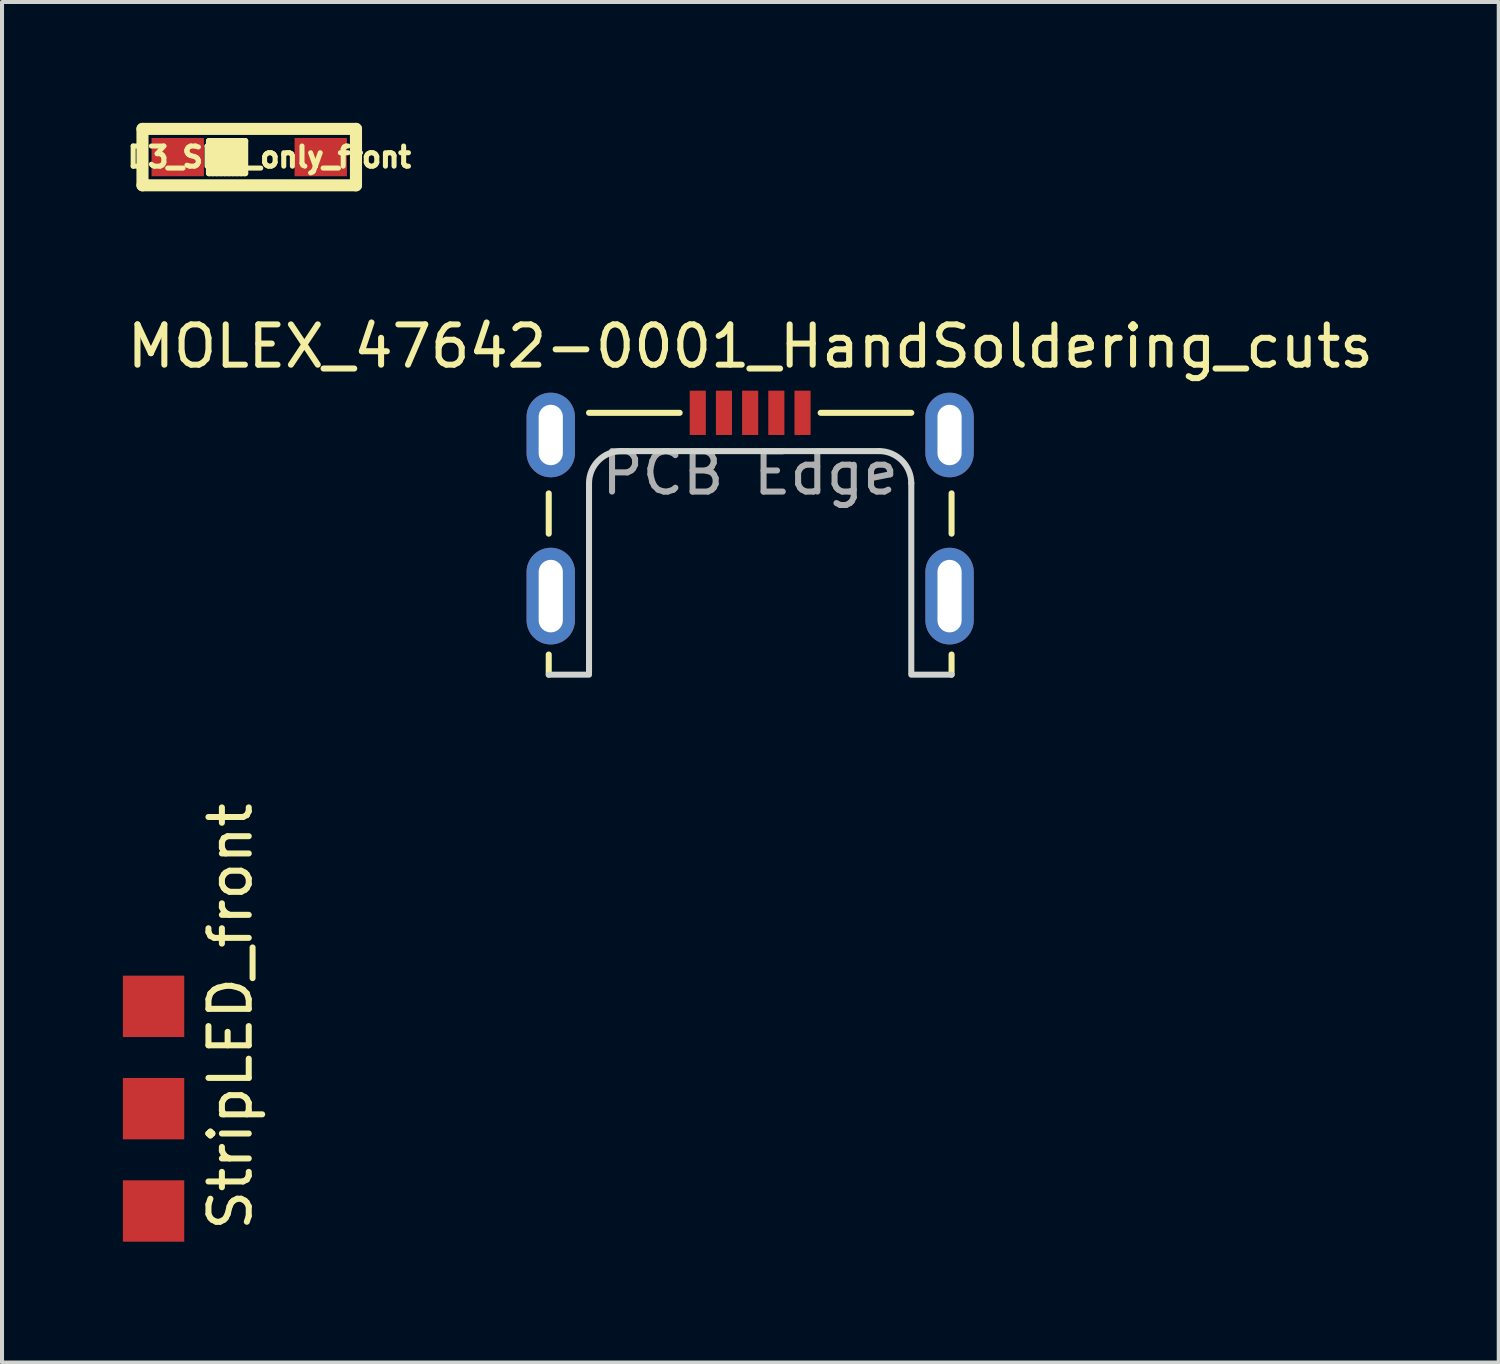
<source format=kicad_pcb>
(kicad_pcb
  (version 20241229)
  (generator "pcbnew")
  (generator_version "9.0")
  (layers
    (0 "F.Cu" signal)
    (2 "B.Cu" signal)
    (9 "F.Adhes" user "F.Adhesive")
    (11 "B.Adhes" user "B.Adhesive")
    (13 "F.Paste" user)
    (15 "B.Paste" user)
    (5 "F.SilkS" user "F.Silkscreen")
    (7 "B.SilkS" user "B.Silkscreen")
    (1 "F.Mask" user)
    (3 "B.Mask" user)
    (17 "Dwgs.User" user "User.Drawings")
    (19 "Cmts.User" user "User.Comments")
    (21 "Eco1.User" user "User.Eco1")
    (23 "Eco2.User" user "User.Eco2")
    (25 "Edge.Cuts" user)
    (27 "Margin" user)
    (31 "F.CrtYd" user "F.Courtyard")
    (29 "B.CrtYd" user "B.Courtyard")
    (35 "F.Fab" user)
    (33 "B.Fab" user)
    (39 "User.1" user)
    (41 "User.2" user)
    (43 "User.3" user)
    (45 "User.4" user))
  (footprint "D3_SMD_only_front"
    (layer "F.Cu")
    (at 3.137 0.85)
    (property "Reference" "D3_SMD_only_front" (at 0.5 0 0) (layer "F.SilkS") (effects (font (size 0.5 0.5) (thickness 0.125))))
    (attr through_hole)
    (fp_line (start -2.65 -0.7) (end -2.65 0.7) (stroke (width 0.3) (type solid)) (layer "F.SilkS"))
    (fp_line (start -1 -0.4) (end -1 0.4) (stroke (width 0.15) (type solid)) (layer "F.SilkS"))
    (fp_line (start -1 -0.4) (end -0.1 -0.4) (stroke (width 0.15) (type solid)) (layer "F.SilkS"))
    (fp_line (start -1 0.4) (end -0.1 0.4) (stroke (width 0.15) (type solid)) (layer "F.SilkS"))
    (fp_line (start -0.9 -0.4) (end -0.9 0.4) (stroke (width 0.15) (type solid)) (layer "F.SilkS"))
    (fp_line (start -0.8 -0.4) (end -0.8 0.4) (stroke (width 0.15) (type solid)) (layer "F.SilkS"))
    (fp_line (start -0.7 -0.4) (end -0.7 0.4) (stroke (width 0.15) (type solid)) (layer "F.SilkS"))
    (fp_line (start -0.6 -0.4) (end -0.6 0.4) (stroke (width 0.15) (type solid)) (layer "F.SilkS"))
    (fp_line (start -0.5 -0.3) (end -0.5 0.4) (stroke (width 0.15) (type solid)) (layer "F.SilkS"))
    (fp_line (start -0.4 -0.4) (end -0.4 0.4) (stroke (width 0.15) (type solid)) (layer "F.SilkS"))
    (fp_line (start -0.3 -0.4) (end -0.3 0.4) (stroke (width 0.15) (type solid)) (layer "F.SilkS"))
    (fp_line (start -0.2 -0.4) (end -0.2 0.4) (stroke (width 0.15) (type solid)) (layer "F.SilkS"))
    (fp_line (start -0.1 -0.4) (end -0.1 0.4) (stroke (width 0.15) (type solid)) (layer "F.SilkS"))
    (fp_line (start 2.65 -0.7) (end -2.65 -0.7) (stroke (width 0.3) (type solid)) (layer "F.SilkS"))
    (fp_line (start 2.65 -0.7) (end 2.65 0.7) (stroke (width 0.3) (type solid)) (layer "F.SilkS"))
    (fp_line (start 2.65 0.7) (end -2.65 0.7) (stroke (width 0.3) (type solid)) (layer "F.SilkS"))
    (pad "1" smd rect (at -1.775 0) (size 1.3 0.95) (layers "F.Cu" "F.Mask" "F.Paste"))
    (pad "2" smd rect (at 1.775 0) (size 1.3 0.95) (layers "F.Cu" "F.Mask" "F.Paste")))
  (footprint "StripLED_front"
    (layer "F.Cu")
    (at 0.762 21.932)
    (property "Reference" "StripLED_front" (at 1.908 0.252 90) (layer "F.SilkS") (effects (font (size 1 1) (thickness 0.15))))
    (attr through_hole)
    (pad "1" smd rect (at 0 0) (size 1.524 1.524) (layers "F.Cu" "F.Mask" "F.Paste"))
    (pad "2" smd rect (at 0 2.54) (size 1.524 1.524) (layers "F.Cu" "F.Mask" "F.Paste"))
    (pad "3" smd rect (at 0 5.08) (size 1.524 1.524) (layers "F.Cu" "F.Mask" "F.Paste")))
  (footprint "MOLEX_47642-0001_HandSoldering_cuts"
    (layer "F.Cu")
    (at 15.572 9.948)
    (property "Reference" "MOLEX_47642-0001_HandSoldering_cuts" (at 0.005 -4.4 0) (layer "F.SilkS") (effects (font (size 1 1) (thickness 0.15))))
    (attr through_hole)
    (fp_line (start -5 -0.75) (end -5 0.25) (stroke (width 0.15) (type solid)) (layer "F.SilkS"))
    (fp_line (start -5 3.25) (end -5 3.75) (stroke (width 0.15) (type solid)) (layer "F.SilkS"))
    (fp_line (start -4 -2.75) (end -1.75 -2.75) (stroke (width 0.15) (type solid)) (layer "F.SilkS"))
    (fp_line (start 1.75 -2.75) (end 4 -2.75) (stroke (width 0.15) (type solid)) (layer "F.SilkS"))
    (fp_line (start 5 -0.75) (end 5 0.25) (stroke (width 0.15) (type solid)) (layer "F.SilkS"))
    (fp_line (start 5 3.25) (end 5 3.75) (stroke (width 0.15) (type solid)) (layer "F.SilkS"))
    (fp_line (start -4 -1) (end -4 3.7) (stroke (width 0.15) (type solid)) (layer "Edge.Cuts"))
    (fp_line (start -4 3.75) (end -5 3.75) (stroke (width 0.15) (type solid)) (layer "Edge.Cuts"))
    (fp_line (start -3.2 -1.8) (end 3.2 -1.8) (stroke (width 0.15) (type solid)) (layer "Edge.Cuts"))
    (fp_line (start 4 -1) (end 4 3.7) (stroke (width 0.15) (type solid)) (layer "Edge.Cuts"))
    (fp_line (start 4 3.75) (end 5 3.75) (stroke (width 0.15) (type solid)) (layer "Edge.Cuts"))
    (fp_arc (start -4 -1) (mid -3.765685 -1.565685) (end -3.2 -1.8) (stroke (width 0.15) (type solid)) (layer "Edge.Cuts"))
    (fp_arc (start 3.2 -1.8) (mid 3.765685 -1.565685) (end 4 -1) (stroke (width 0.15) (type solid)) (layer "Edge.Cuts"))
    (fp_text user "PCB Edge" (at 0 -1.25 0) (layer "F.Fab") (effects (font (size 1 1) (thickness 0.15))))
    (pad "1" smd rect (at -1.3 -2.75) (size 0.4 1.1) (layers "F.Cu" "F.Mask" "F.Paste"))
    (pad "2" smd rect (at -0.65 -2.75) (size 0.4 1.1) (layers "F.Cu" "F.Mask" "F.Paste"))
    (pad "3" smd rect (at 0 -2.75) (size 0.4 1.1) (layers "F.Cu" "F.Mask" "F.Paste"))
    (pad "4" smd rect (at 0.65 -2.75) (size 0.4 1.1) (layers "F.Cu" "F.Mask" "F.Paste"))
    (pad "5" smd rect (at 1.3 -2.75) (size 0.4 1.1) (layers "F.Cu" "F.Mask" "F.Paste"))
    (pad "6" thru_hole oval (at -4.95 -2.2) (size 1.2 2.1) (drill oval 0.6 1.5) (layers "*.Cu" "*.Mask"))
    (pad "6" thru_hole oval (at -4.95 1.8) (size 1.2 2.4) (drill oval 0.6 1.8) (layers "*.Cu" "*.Mask"))
    (pad "6" thru_hole oval (at 4.95 -2.2) (size 1.2 2.1) (drill oval 0.6 1.5) (layers "*.Cu" "*.Mask"))
    (pad "6" thru_hole oval (at 4.95 1.8) (size 1.2 2.4) (drill oval 0.6 1.8) (layers "*.Cu" "*.Mask")))
  (gr_rect
    (start -3 -3)
    (end 34.155 30.774)
    (stroke (width 0.1) (type default))
    (fill no)
    (layer "Edge.Cuts")))
</source>
